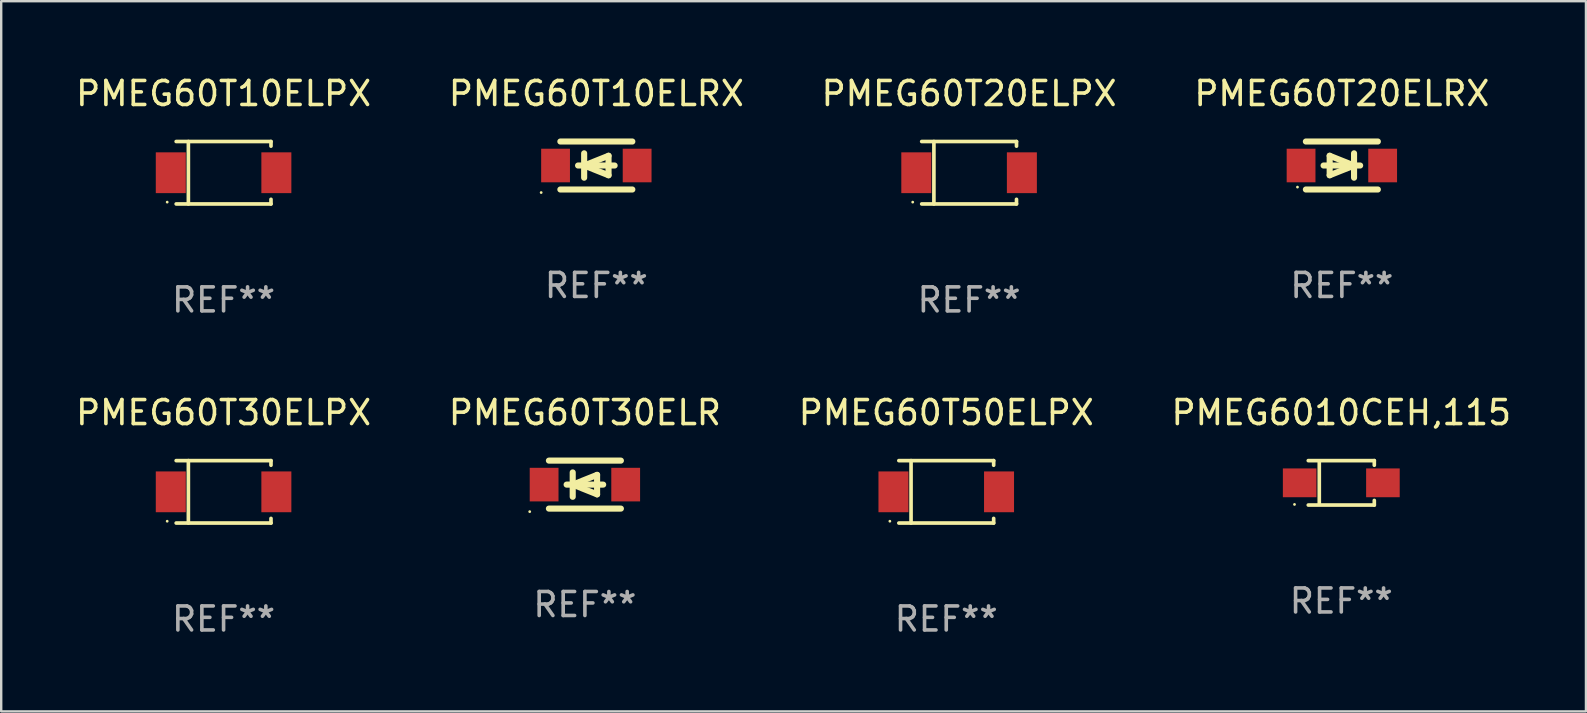
<source format=kicad_pcb>
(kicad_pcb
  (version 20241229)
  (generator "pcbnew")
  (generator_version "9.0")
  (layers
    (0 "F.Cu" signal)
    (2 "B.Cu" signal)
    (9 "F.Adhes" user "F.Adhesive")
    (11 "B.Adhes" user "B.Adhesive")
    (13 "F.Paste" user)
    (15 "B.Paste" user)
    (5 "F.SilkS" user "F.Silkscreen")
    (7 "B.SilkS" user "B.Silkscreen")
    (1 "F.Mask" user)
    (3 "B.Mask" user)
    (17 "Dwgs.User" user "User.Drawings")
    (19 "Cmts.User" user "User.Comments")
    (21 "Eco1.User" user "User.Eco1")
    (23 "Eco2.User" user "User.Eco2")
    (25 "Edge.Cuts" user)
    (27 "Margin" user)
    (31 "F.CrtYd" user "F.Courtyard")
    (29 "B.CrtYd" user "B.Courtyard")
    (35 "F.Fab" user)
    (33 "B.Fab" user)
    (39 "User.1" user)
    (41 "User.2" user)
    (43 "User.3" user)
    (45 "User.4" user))
  (footprint "PMEG60T20ELRX"
    (layer "F.Cu")
    (at 52.875 3.848)
    (property "Reference" "PMEG60T20ELRX" (at 0 -3 0) (layer "F.SilkS") (effects (font (size 1 1) (thickness 0.15))))
    (attr through_hole)
    (fp_line (start -1.5 -1) (end 1.5 -1) (stroke (width 0.254) (type solid)) (layer "F.SilkS"))
    (fp_line (start -1.5 1) (end 1.5 1) (stroke (width 0.254) (type solid)) (layer "F.SilkS"))
    (fp_line (start -0.508 -0.406) (end 0.508 0) (stroke (width 0.254) (type solid)) (layer "F.SilkS"))
    (fp_line (start -0.508 0.406) (end -0.508 -0.406) (stroke (width 0.254) (type solid)) (layer "F.SilkS"))
    (fp_line (start 0.508 0) (end -0.508 0.406) (stroke (width 0.254) (type solid)) (layer "F.SilkS"))
    (fp_line (start 0.508 0.508) (end 0.508 -0.508) (stroke (width 0.254) (type solid)) (layer "F.SilkS"))
    (fp_line (start 0.762 0) (end -0.762 0) (stroke (width 0.254) (type solid)) (layer "F.SilkS"))
    (fp_circle (center -1.85 0.9) (end -1.82 0.9) (stroke (width 0.06) (type solid)) (fill no) (layer "F.SilkS"))
    (fp_text user "REF**" (at 0 5 0) (layer "F.Fab") (effects (font (size 1 1) (thickness 0.15))))
    (pad "1" smd rect (at -1.7 0) (size 1.2 1.4) (layers "F.Cu" "F.Mask" "F.Paste"))
    (pad "2" smd rect (at 1.7 0) (size 1.2 1.4) (layers "F.Cu" "F.Mask" "F.Paste")))
  (footprint "PMEG60T30ELPX"
    (layer "F.Cu")
    (at 6.268 17.448)
    (property "Reference" "PMEG60T30ELPX" (at 0 -3.301 0) (layer "F.SilkS") (effects (font (size 1 1) (thickness 0.15))))
    (attr through_hole)
    (fp_line (start -1.976 -1.301) (end 1.976 -1.301) (stroke (width 0.152) (type solid)) (layer "F.SilkS"))
    (fp_line (start -1.976 1.301) (end 1.976 1.301) (stroke (width 0.152) (type solid)) (layer "F.SilkS"))
    (fp_line (start -1.467 -1.301) (end -1.467 1.301) (stroke (width 0.152) (type solid)) (layer "F.SilkS"))
    (fp_line (start 1.976 -1.301) (end 1.976 -1.108) (stroke (width 0.152) (type solid)) (layer "F.SilkS"))
    (fp_line (start 1.976 1.301) (end 1.976 1.108) (stroke (width 0.152) (type solid)) (layer "F.SilkS"))
    (fp_circle (center -2.35 1.225) (end -2.32 1.225) (stroke (width 0.06) (type solid)) (fill no) (layer "F.SilkS"))
    (fp_text user "REF**" (at 0 5.301 0) (layer "F.Fab") (effects (font (size 1 1) (thickness 0.15))))
    (pad "1" smd rect (at -2.2 0 180) (size 1.25 1.7) (layers "F.Cu" "F.Mask" "F.Paste"))
    (pad "2" smd rect (at 2.2 0 180) (size 1.25 1.7) (layers "F.Cu" "F.Mask" "F.Paste")))
  (footprint "PMEG6010CEH,115"
    (layer "F.Cu")
    (at 52.851 17.073)
    (property "Reference" "PMEG6010CEH,115" (at 0 -2.926 0) (layer "F.SilkS") (effects (font (size 1 1) (thickness 0.15))))
    (attr through_hole)
    (fp_line (start -1.376 -0.926) (end 1.376 -0.926) (stroke (width 0.152) (type solid)) (layer "F.SilkS"))
    (fp_line (start -1.376 0.926) (end 1.376 0.926) (stroke (width 0.152) (type solid)) (layer "F.SilkS"))
    (fp_line (start -0.917 -0.876) (end -0.917 0.876) (stroke (width 0.152) (type solid)) (layer "F.SilkS"))
    (fp_line (start 1.376 -0.926) (end 1.376 -0.733) (stroke (width 0.152) (type solid)) (layer "F.SilkS"))
    (fp_line (start 1.376 0.926) (end 1.376 0.733) (stroke (width 0.152) (type solid)) (layer "F.SilkS"))
    (fp_circle (center -1.95 0.9) (end -1.92 0.9) (stroke (width 0.06) (type solid)) (fill no) (layer "F.SilkS"))
    (fp_text user "REF**" (at 0 4.926 0) (layer "F.Fab") (effects (font (size 1 1) (thickness 0.15))))
    (pad "1" smd rect (at -1.735 0) (size 1.4 1.2) (layers "F.Cu" "F.Mask" "F.Paste"))
    (pad "2" smd rect (at 1.735 0) (size 1.4 1.2) (layers "F.Cu" "F.Mask" "F.Paste")))
  (footprint "PMEG60T20ELPX"
    (layer "F.Cu")
    (at 37.339 4.149)
    (property "Reference" "PMEG60T20ELPX" (at 0 -3.301 0) (layer "F.SilkS") (effects (font (size 1 1) (thickness 0.15))))
    (attr through_hole)
    (fp_line (start -1.976 -1.301) (end 1.976 -1.301) (stroke (width 0.152) (type solid)) (layer "F.SilkS"))
    (fp_line (start -1.976 1.301) (end 1.976 1.301) (stroke (width 0.152) (type solid)) (layer "F.SilkS"))
    (fp_line (start -1.467 -1.301) (end -1.467 1.301) (stroke (width 0.152) (type solid)) (layer "F.SilkS"))
    (fp_line (start 1.976 -1.301) (end 1.976 -1.108) (stroke (width 0.152) (type solid)) (layer "F.SilkS"))
    (fp_line (start 1.976 1.301) (end 1.976 1.108) (stroke (width 0.152) (type solid)) (layer "F.SilkS"))
    (fp_circle (center -2.35 1.225) (end -2.32 1.225) (stroke (width 0.06) (type solid)) (fill no) (layer "F.SilkS"))
    (fp_text user "REF**" (at 0 5.301 0) (layer "F.Fab") (effects (font (size 1 1) (thickness 0.15))))
    (pad "1" smd rect (at -2.2 0 180) (size 1.25 1.7) (layers "F.Cu" "F.Mask" "F.Paste"))
    (pad "2" smd rect (at 2.2 0 180) (size 1.25 1.7) (layers "F.Cu" "F.Mask" "F.Paste")))
  (footprint "PMEG60T50ELPX"
    (layer "F.Cu")
    (at 36.387 17.448)
    (property "Reference" "PMEG60T50ELPX" (at 0 -3.301 0) (layer "F.SilkS") (effects (font (size 1 1) (thickness 0.15))))
    (attr through_hole)
    (fp_line (start -1.976 -1.301) (end 1.976 -1.301) (stroke (width 0.152) (type solid)) (layer "F.SilkS"))
    (fp_line (start -1.976 1.301) (end 1.976 1.301) (stroke (width 0.152) (type solid)) (layer "F.SilkS"))
    (fp_line (start -1.467 -1.301) (end -1.467 1.301) (stroke (width 0.152) (type solid)) (layer "F.SilkS"))
    (fp_line (start 1.976 -1.301) (end 1.976 -1.108) (stroke (width 0.152) (type solid)) (layer "F.SilkS"))
    (fp_line (start 1.976 1.301) (end 1.976 1.108) (stroke (width 0.152) (type solid)) (layer "F.SilkS"))
    (fp_circle (center -2.35 1.225) (end -2.32 1.225) (stroke (width 0.06) (type solid)) (fill no) (layer "F.SilkS"))
    (fp_text user "REF**" (at 0 5.301 0) (layer "F.Fab") (effects (font (size 1 1) (thickness 0.15))))
    (pad "1" smd rect (at -2.2 0 180) (size 1.25 1.7) (layers "F.Cu" "F.Mask" "F.Paste"))
    (pad "2" smd rect (at 2.2 0 180) (size 1.25 1.7) (layers "F.Cu" "F.Mask" "F.Paste")))
  (footprint "PMEG60T10ELPX"
    (layer "F.Cu")
    (at 6.268 4.149)
    (property "Reference" "PMEG60T10ELPX" (at 0 -3.301 0) (layer "F.SilkS") (effects (font (size 1 1) (thickness 0.15))))
    (attr through_hole)
    (fp_line (start -1.976 -1.301) (end 1.976 -1.301) (stroke (width 0.152) (type solid)) (layer "F.SilkS"))
    (fp_line (start -1.976 1.301) (end 1.976 1.301) (stroke (width 0.152) (type solid)) (layer "F.SilkS"))
    (fp_line (start -1.467 -1.301) (end -1.467 1.301) (stroke (width 0.152) (type solid)) (layer "F.SilkS"))
    (fp_line (start 1.976 -1.301) (end 1.976 -1.108) (stroke (width 0.152) (type solid)) (layer "F.SilkS"))
    (fp_line (start 1.976 1.301) (end 1.976 1.108) (stroke (width 0.152) (type solid)) (layer "F.SilkS"))
    (fp_circle (center -2.35 1.225) (end -2.32 1.225) (stroke (width 0.06) (type solid)) (fill no) (layer "F.SilkS"))
    (fp_text user "REF**" (at 0 5.301 0) (layer "F.Fab") (effects (font (size 1 1) (thickness 0.15))))
    (pad "1" smd rect (at -2.2 0 180) (size 1.25 1.7) (layers "F.Cu" "F.Mask" "F.Paste"))
    (pad "2" smd rect (at 2.2 0 180) (size 1.25 1.7) (layers "F.Cu" "F.Mask" "F.Paste")))
  (footprint "PMEG60T30ELR"
    (layer "F.Cu")
    (at 21.327 17.147)
    (property "Reference" "PMEG60T30ELR" (at 0 -3 0) (layer "F.SilkS") (effects (font (size 1 1) (thickness 0.15))))
    (attr through_hole)
    (fp_line (start -1.5 -1) (end 1.5 -1) (stroke (width 0.254) (type solid)) (layer "F.SilkS"))
    (fp_line (start -1.5 1) (end 1.5 1) (stroke (width 0.254) (type solid)) (layer "F.SilkS"))
    (fp_line (start -0.762 0) (end 0.762 0) (stroke (width 0.254) (type solid)) (layer "F.SilkS"))
    (fp_line (start -0.508 -0.508) (end -0.508 0.508) (stroke (width 0.254) (type solid)) (layer "F.SilkS"))
    (fp_line (start -0.508 0) (end 0.508 -0.406) (stroke (width 0.254) (type solid)) (layer "F.SilkS"))
    (fp_line (start 0.508 -0.406) (end 0.508 0.406) (stroke (width 0.254) (type solid)) (layer "F.SilkS"))
    (fp_line (start 0.508 0.406) (end -0.508 0) (stroke (width 0.254) (type solid)) (layer "F.SilkS"))
    (fp_circle (center -2.3 1.127) (end -2.27 1.127) (stroke (width 0.06) (type solid)) (fill no) (layer "F.SilkS"))
    (fp_text user "REF**" (at 0 5 0) (layer "F.Fab") (effects (font (size 1 1) (thickness 0.15))))
    (pad "1" smd rect (at -1.7 0) (size 1.2 1.4) (layers "F.Cu" "F.Mask" "F.Paste"))
    (pad "2" smd rect (at 1.7 0) (size 1.2 1.4) (layers "F.Cu" "F.Mask" "F.Paste")))
  (footprint "PMEG60T10ELRX"
    (layer "F.Cu")
    (at 21.804 3.848)
    (property "Reference" "PMEG60T10ELRX" (at 0 -3 0) (layer "F.SilkS") (effects (font (size 1 1) (thickness 0.15))))
    (attr through_hole)
    (fp_line (start -1.5 -1) (end 1.5 -1) (stroke (width 0.254) (type solid)) (layer "F.SilkS"))
    (fp_line (start -1.5 1) (end 1.5 1) (stroke (width 0.254) (type solid)) (layer "F.SilkS"))
    (fp_line (start -0.762 0) (end 0.762 0) (stroke (width 0.254) (type solid)) (layer "F.SilkS"))
    (fp_line (start -0.508 -0.508) (end -0.508 0.508) (stroke (width 0.254) (type solid)) (layer "F.SilkS"))
    (fp_line (start -0.508 0) (end 0.508 -0.406) (stroke (width 0.254) (type solid)) (layer "F.SilkS"))
    (fp_line (start 0.508 -0.406) (end 0.508 0.406) (stroke (width 0.254) (type solid)) (layer "F.SilkS"))
    (fp_line (start 0.508 0.406) (end -0.508 0) (stroke (width 0.254) (type solid)) (layer "F.SilkS"))
    (fp_circle (center -2.3 1.127) (end -2.27 1.127) (stroke (width 0.06) (type solid)) (fill no) (layer "F.SilkS"))
    (fp_text user "REF**" (at 0 5 0) (layer "F.Fab") (effects (font (size 1 1) (thickness 0.15))))
    (pad "1" smd rect (at -1.7 0) (size 1.2 1.4) (layers "F.Cu" "F.Mask" "F.Paste"))
    (pad "2" smd rect (at 1.7 0) (size 1.2 1.4) (layers "F.Cu" "F.Mask" "F.Paste")))
  (gr_rect
    (start -3 -3)
    (end 63.048 26.598)
    (stroke (width 0.1) (type default))
    (fill no)
    (layer "Edge.Cuts")))
</source>
